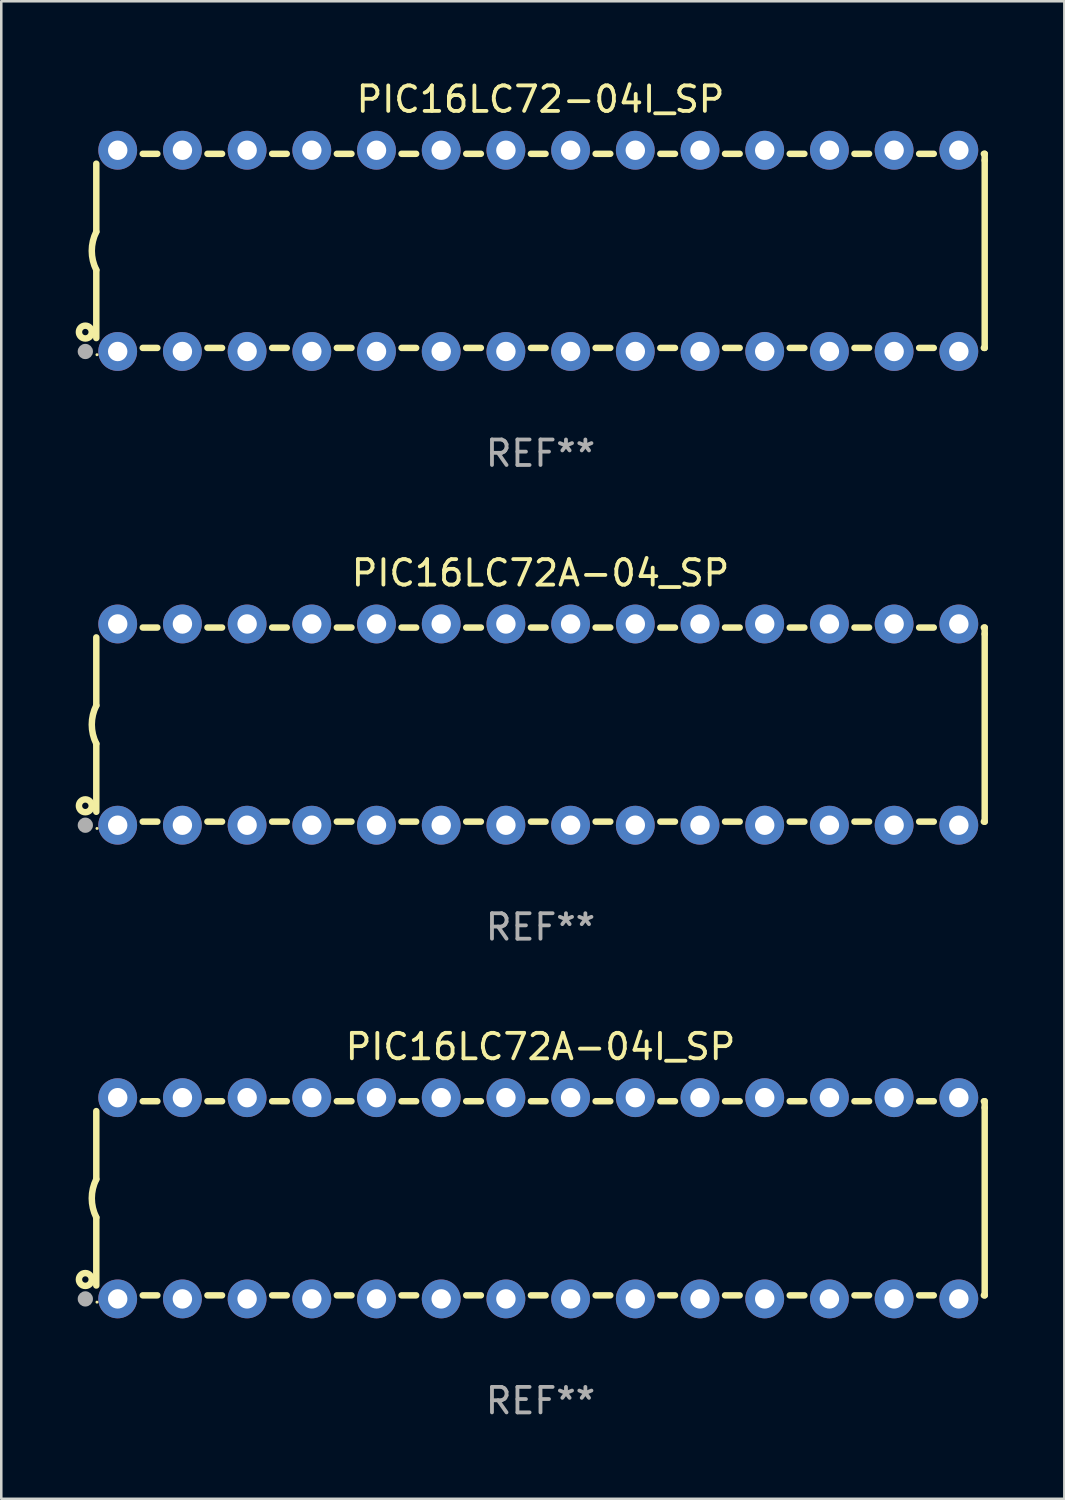
<source format=kicad_pcb>
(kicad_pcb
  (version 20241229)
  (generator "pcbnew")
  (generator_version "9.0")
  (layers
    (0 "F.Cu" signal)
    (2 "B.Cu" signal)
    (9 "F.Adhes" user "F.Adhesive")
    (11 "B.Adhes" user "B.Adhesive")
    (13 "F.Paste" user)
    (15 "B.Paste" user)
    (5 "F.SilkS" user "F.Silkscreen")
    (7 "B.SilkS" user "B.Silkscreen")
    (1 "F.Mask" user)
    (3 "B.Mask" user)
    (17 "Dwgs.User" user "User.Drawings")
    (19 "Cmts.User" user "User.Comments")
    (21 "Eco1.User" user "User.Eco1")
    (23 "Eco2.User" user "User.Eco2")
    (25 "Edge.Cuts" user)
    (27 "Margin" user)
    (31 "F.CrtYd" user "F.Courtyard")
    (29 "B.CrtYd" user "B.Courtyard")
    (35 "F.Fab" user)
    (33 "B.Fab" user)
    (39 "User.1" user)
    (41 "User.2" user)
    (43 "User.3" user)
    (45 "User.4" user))
  (footprint "PIC16LC72A-04_SP"
    (layer "F.Cu")
    (at 18.168 25.395)
    (property "Reference" "PIC16LC72A-04_SP" (at 0 -5.95 0) (layer "F.SilkS") (effects (font (size 1 1) (thickness 0.15))))
    (attr through_hole)
    (fp_line (start -17.438 0.75) (end -17.438 3.423) (stroke (width 0.254) (type solid)) (layer "F.SilkS"))
    (fp_line (start -17.438 -3.423) (end -17.438 -0.75) (stroke (width 0.254) (type solid)) (layer "F.SilkS"))
    (fp_line (start -15.615 3.81) (end -15.041 3.81) (stroke (width 0.254) (type solid)) (layer "F.SilkS"))
    (fp_line (start -15.041 -3.81) (end -15.614 -3.81) (stroke (width 0.254) (type solid)) (layer "F.SilkS"))
    (fp_line (start -13.075 3.81) (end -12.501 3.81) (stroke (width 0.254) (type solid)) (layer "F.SilkS"))
    (fp_line (start -12.501 -3.81) (end -13.074 -3.81) (stroke (width 0.254) (type solid)) (layer "F.SilkS"))
    (fp_line (start -10.535 3.81) (end -9.961 3.81) (stroke (width 0.254) (type solid)) (layer "F.SilkS"))
    (fp_line (start -9.961 -3.81) (end -10.534 -3.81) (stroke (width 0.254) (type solid)) (layer "F.SilkS"))
    (fp_line (start -7.995 3.81) (end -7.421 3.81) (stroke (width 0.254) (type solid)) (layer "F.SilkS"))
    (fp_line (start -7.421 -3.81) (end -7.995 -3.81) (stroke (width 0.254) (type solid)) (layer "F.SilkS"))
    (fp_line (start -5.455 3.81) (end -4.881 3.81) (stroke (width 0.254) (type solid)) (layer "F.SilkS"))
    (fp_line (start -4.881 -3.81) (end -5.455 -3.81) (stroke (width 0.254) (type solid)) (layer "F.SilkS"))
    (fp_line (start -2.915 3.81) (end -2.341 3.81) (stroke (width 0.254) (type solid)) (layer "F.SilkS"))
    (fp_line (start -2.341 -3.81) (end -2.915 -3.81) (stroke (width 0.254) (type solid)) (layer "F.SilkS"))
    (fp_line (start -0.375 3.81) (end 0.199 3.81) (stroke (width 0.254) (type solid)) (layer "F.SilkS"))
    (fp_line (start 0.199 -3.81) (end -0.375 -3.81) (stroke (width 0.254) (type solid)) (layer "F.SilkS"))
    (fp_line (start 2.165 3.81) (end 2.739 3.81) (stroke (width 0.254) (type solid)) (layer "F.SilkS"))
    (fp_line (start 2.739 -3.81) (end 2.165 -3.81) (stroke (width 0.254) (type solid)) (layer "F.SilkS"))
    (fp_line (start 4.705 3.81) (end 5.279 3.81) (stroke (width 0.254) (type solid)) (layer "F.SilkS"))
    (fp_line (start 5.279 -3.81) (end 4.705 -3.81) (stroke (width 0.254) (type solid)) (layer "F.SilkS"))
    (fp_line (start 7.245 3.81) (end 7.819 3.81) (stroke (width 0.254) (type solid)) (layer "F.SilkS"))
    (fp_line (start 7.819 -3.81) (end 7.245 -3.81) (stroke (width 0.254) (type solid)) (layer "F.SilkS"))
    (fp_line (start 9.785 3.81) (end 10.359 3.81) (stroke (width 0.254) (type solid)) (layer "F.SilkS"))
    (fp_line (start 10.359 -3.81) (end 9.785 -3.81) (stroke (width 0.254) (type solid)) (layer "F.SilkS"))
    (fp_line (start 12.325 3.81) (end 12.899 3.81) (stroke (width 0.254) (type solid)) (layer "F.SilkS"))
    (fp_line (start 12.899 -3.81) (end 12.325 -3.81) (stroke (width 0.254) (type solid)) (layer "F.SilkS"))
    (fp_line (start 14.865 3.81) (end 15.439 3.81) (stroke (width 0.254) (type solid)) (layer "F.SilkS"))
    (fp_line (start 15.439 -3.81) (end 14.865 -3.81) (stroke (width 0.254) (type solid)) (layer "F.SilkS"))
    (fp_line (start 17.405 3.81) (end 17.438 3.81) (stroke (width 0.254) (type solid)) (layer "F.SilkS"))
    (fp_line (start 17.438 -3.81) (end 17.405 -3.81) (stroke (width 0.254) (type solid)) (layer "F.SilkS"))
    (fp_line (start 17.438 -3.556) (end 17.438 -3.81) (stroke (width 0.254) (type solid)) (layer "F.SilkS"))
    (fp_line (start 17.438 3.81) (end 17.438 -3.556) (stroke (width 0.254) (type solid)) (layer "F.SilkS"))
    (fp_arc (start -17.437986 0.749657) (mid -17.614887 -0.000024) (end -17.437783 -0.749657) (stroke (width 0.254001) (type solid)) (layer "F.SilkS"))
    (fp_circle (center -17.868 3.188) (end -17.743 3.188) (stroke (width 0.254) (type solid)) (fill no) (layer "F.SilkS"))
    (fp_circle (center -17.411 4.077) (end -17.381 4.077) (stroke (width 0.06) (type solid)) (fill no) (layer "F.SilkS"))
    (fp_circle (center -17.868 3.95) (end -17.718 3.95) (stroke (width 0.3) (type solid)) (fill no) (layer "F.Fab"))
    (fp_text user "REF**" (at 0 7.95 0) (layer "F.Fab") (effects (font (size 1 1) (thickness 0.15))))
    (pad "1" thru_hole circle (at -16.598 3.95) (size 1.524 1.524) (drill 0.762) (layers "*.Cu" "*.Mask"))
    (pad "2" thru_hole circle (at -14.058 3.95) (size 1.524 1.524) (drill 0.762) (layers "*.Cu" "*.Mask"))
    (pad "3" thru_hole circle (at -11.518 3.95) (size 1.524 1.524) (drill 0.762) (layers "*.Cu" "*.Mask"))
    (pad "4" thru_hole circle (at -8.978 3.95) (size 1.524 1.524) (drill 0.762) (layers "*.Cu" "*.Mask"))
    (pad "5" thru_hole circle (at -6.438 3.95) (size 1.524 1.524) (drill 0.762) (layers "*.Cu" "*.Mask"))
    (pad "6" thru_hole circle (at -3.898 3.95) (size 1.524 1.524) (drill 0.762) (layers "*.Cu" "*.Mask"))
    (pad "7" thru_hole circle (at -1.358 3.95) (size 1.524 1.524) (drill 0.762) (layers "*.Cu" "*.Mask"))
    (pad "8" thru_hole circle (at 1.182 3.95) (size 1.524 1.524) (drill 0.762) (layers "*.Cu" "*.Mask"))
    (pad "9" thru_hole circle (at 3.722 3.95) (size 1.524 1.524) (drill 0.762) (layers "*.Cu" "*.Mask"))
    (pad "10" thru_hole circle (at 6.262 3.95) (size 1.524 1.524) (drill 0.762) (layers "*.Cu" "*.Mask"))
    (pad "11" thru_hole circle (at 8.802 3.95) (size 1.524 1.524) (drill 0.762) (layers "*.Cu" "*.Mask"))
    (pad "12" thru_hole circle (at 11.342 3.95) (size 1.524 1.524) (drill 0.762) (layers "*.Cu" "*.Mask"))
    (pad "13" thru_hole circle (at 13.882 3.95) (size 1.524 1.524) (drill 0.762) (layers "*.Cu" "*.Mask"))
    (pad "14" thru_hole circle (at 16.422 3.95) (size 1.524 1.524) (drill 0.762) (layers "*.Cu" "*.Mask"))
    (pad "15" thru_hole circle (at 16.422 -3.95) (size 1.524 1.524) (drill 0.762) (layers "*.Cu" "*.Mask"))
    (pad "16" thru_hole circle (at 13.882 -3.95) (size 1.524 1.524) (drill 0.762) (layers "*.Cu" "*.Mask"))
    (pad "17" thru_hole circle (at 11.342 -3.95) (size 1.524 1.524) (drill 0.762) (layers "*.Cu" "*.Mask"))
    (pad "18" thru_hole circle (at 8.802 -3.95) (size 1.524 1.524) (drill 0.762) (layers "*.Cu" "*.Mask"))
    (pad "19" thru_hole circle (at 6.262 -3.95) (size 1.524 1.524) (drill 0.762) (layers "*.Cu" "*.Mask"))
    (pad "20" thru_hole circle (at 3.722 -3.95) (size 1.524 1.524) (drill 0.762) (layers "*.Cu" "*.Mask"))
    (pad "21" thru_hole circle (at 1.182 -3.95) (size 1.524 1.524) (drill 0.762) (layers "*.Cu" "*.Mask"))
    (pad "22" thru_hole circle (at -1.358 -3.95) (size 1.524 1.524) (drill 0.762) (layers "*.Cu" "*.Mask"))
    (pad "23" thru_hole circle (at -3.898 -3.95) (size 1.524 1.524) (drill 0.762) (layers "*.Cu" "*.Mask"))
    (pad "24" thru_hole circle (at -6.438 -3.95) (size 1.524 1.524) (drill 0.762) (layers "*.Cu" "*.Mask"))
    (pad "25" thru_hole circle (at -8.978 -3.95) (size 1.524 1.524) (drill 0.762) (layers "*.Cu" "*.Mask"))
    (pad "26" thru_hole circle (at -11.517 -3.95) (size 1.524 1.524) (drill 0.762) (layers "*.Cu" "*.Mask"))
    (pad "27" thru_hole circle (at -14.057 -3.95) (size 1.524 1.524) (drill 0.762) (layers "*.Cu" "*.Mask"))
    (pad "28" thru_hole circle (at -16.597 -3.95) (size 1.524 1.524) (drill 0.762) (layers "*.Cu" "*.Mask")))
  (footprint "PIC16LC72A-04I_SP"
    (layer "F.Cu")
    (at 18.168 43.991)
    (property "Reference" "PIC16LC72A-04I_SP" (at 0 -5.95 0) (layer "F.SilkS") (effects (font (size 1 1) (thickness 0.15))))
    (attr through_hole)
    (fp_line (start -17.438 0.75) (end -17.438 3.423) (stroke (width 0.254) (type solid)) (layer "F.SilkS"))
    (fp_line (start -17.438 -3.423) (end -17.438 -0.75) (stroke (width 0.254) (type solid)) (layer "F.SilkS"))
    (fp_line (start -15.615 3.81) (end -15.041 3.81) (stroke (width 0.254) (type solid)) (layer "F.SilkS"))
    (fp_line (start -15.041 -3.81) (end -15.614 -3.81) (stroke (width 0.254) (type solid)) (layer "F.SilkS"))
    (fp_line (start -13.075 3.81) (end -12.501 3.81) (stroke (width 0.254) (type solid)) (layer "F.SilkS"))
    (fp_line (start -12.501 -3.81) (end -13.074 -3.81) (stroke (width 0.254) (type solid)) (layer "F.SilkS"))
    (fp_line (start -10.535 3.81) (end -9.961 3.81) (stroke (width 0.254) (type solid)) (layer "F.SilkS"))
    (fp_line (start -9.961 -3.81) (end -10.534 -3.81) (stroke (width 0.254) (type solid)) (layer "F.SilkS"))
    (fp_line (start -7.995 3.81) (end -7.421 3.81) (stroke (width 0.254) (type solid)) (layer "F.SilkS"))
    (fp_line (start -7.421 -3.81) (end -7.995 -3.81) (stroke (width 0.254) (type solid)) (layer "F.SilkS"))
    (fp_line (start -5.455 3.81) (end -4.881 3.81) (stroke (width 0.254) (type solid)) (layer "F.SilkS"))
    (fp_line (start -4.881 -3.81) (end -5.455 -3.81) (stroke (width 0.254) (type solid)) (layer "F.SilkS"))
    (fp_line (start -2.915 3.81) (end -2.341 3.81) (stroke (width 0.254) (type solid)) (layer "F.SilkS"))
    (fp_line (start -2.341 -3.81) (end -2.915 -3.81) (stroke (width 0.254) (type solid)) (layer "F.SilkS"))
    (fp_line (start -0.375 3.81) (end 0.199 3.81) (stroke (width 0.254) (type solid)) (layer "F.SilkS"))
    (fp_line (start 0.199 -3.81) (end -0.375 -3.81) (stroke (width 0.254) (type solid)) (layer "F.SilkS"))
    (fp_line (start 2.165 3.81) (end 2.739 3.81) (stroke (width 0.254) (type solid)) (layer "F.SilkS"))
    (fp_line (start 2.739 -3.81) (end 2.165 -3.81) (stroke (width 0.254) (type solid)) (layer "F.SilkS"))
    (fp_line (start 4.705 3.81) (end 5.279 3.81) (stroke (width 0.254) (type solid)) (layer "F.SilkS"))
    (fp_line (start 5.279 -3.81) (end 4.705 -3.81) (stroke (width 0.254) (type solid)) (layer "F.SilkS"))
    (fp_line (start 7.245 3.81) (end 7.819 3.81) (stroke (width 0.254) (type solid)) (layer "F.SilkS"))
    (fp_line (start 7.819 -3.81) (end 7.245 -3.81) (stroke (width 0.254) (type solid)) (layer "F.SilkS"))
    (fp_line (start 9.785 3.81) (end 10.359 3.81) (stroke (width 0.254) (type solid)) (layer "F.SilkS"))
    (fp_line (start 10.359 -3.81) (end 9.785 -3.81) (stroke (width 0.254) (type solid)) (layer "F.SilkS"))
    (fp_line (start 12.325 3.81) (end 12.899 3.81) (stroke (width 0.254) (type solid)) (layer "F.SilkS"))
    (fp_line (start 12.899 -3.81) (end 12.325 -3.81) (stroke (width 0.254) (type solid)) (layer "F.SilkS"))
    (fp_line (start 14.865 3.81) (end 15.439 3.81) (stroke (width 0.254) (type solid)) (layer "F.SilkS"))
    (fp_line (start 15.439 -3.81) (end 14.865 -3.81) (stroke (width 0.254) (type solid)) (layer "F.SilkS"))
    (fp_line (start 17.405 3.81) (end 17.438 3.81) (stroke (width 0.254) (type solid)) (layer "F.SilkS"))
    (fp_line (start 17.438 -3.81) (end 17.405 -3.81) (stroke (width 0.254) (type solid)) (layer "F.SilkS"))
    (fp_line (start 17.438 -3.556) (end 17.438 -3.81) (stroke (width 0.254) (type solid)) (layer "F.SilkS"))
    (fp_line (start 17.438 3.81) (end 17.438 -3.556) (stroke (width 0.254) (type solid)) (layer "F.SilkS"))
    (fp_arc (start -17.437986 0.749657) (mid -17.614887 -0.000024) (end -17.437783 -0.749657) (stroke (width 0.254001) (type solid)) (layer "F.SilkS"))
    (fp_circle (center -17.868 3.188) (end -17.743 3.188) (stroke (width 0.254) (type solid)) (fill no) (layer "F.SilkS"))
    (fp_circle (center -17.411 4.077) (end -17.381 4.077) (stroke (width 0.06) (type solid)) (fill no) (layer "F.SilkS"))
    (fp_circle (center -17.868 3.95) (end -17.718 3.95) (stroke (width 0.3) (type solid)) (fill no) (layer "F.Fab"))
    (fp_text user "REF**" (at 0 7.95 0) (layer "F.Fab") (effects (font (size 1 1) (thickness 0.15))))
    (pad "1" thru_hole circle (at -16.598 3.95) (size 1.524 1.524) (drill 0.762) (layers "*.Cu" "*.Mask"))
    (pad "2" thru_hole circle (at -14.058 3.95) (size 1.524 1.524) (drill 0.762) (layers "*.Cu" "*.Mask"))
    (pad "3" thru_hole circle (at -11.518 3.95) (size 1.524 1.524) (drill 0.762) (layers "*.Cu" "*.Mask"))
    (pad "4" thru_hole circle (at -8.978 3.95) (size 1.524 1.524) (drill 0.762) (layers "*.Cu" "*.Mask"))
    (pad "5" thru_hole circle (at -6.438 3.95) (size 1.524 1.524) (drill 0.762) (layers "*.Cu" "*.Mask"))
    (pad "6" thru_hole circle (at -3.898 3.95) (size 1.524 1.524) (drill 0.762) (layers "*.Cu" "*.Mask"))
    (pad "7" thru_hole circle (at -1.358 3.95) (size 1.524 1.524) (drill 0.762) (layers "*.Cu" "*.Mask"))
    (pad "8" thru_hole circle (at 1.182 3.95) (size 1.524 1.524) (drill 0.762) (layers "*.Cu" "*.Mask"))
    (pad "9" thru_hole circle (at 3.722 3.95) (size 1.524 1.524) (drill 0.762) (layers "*.Cu" "*.Mask"))
    (pad "10" thru_hole circle (at 6.262 3.95) (size 1.524 1.524) (drill 0.762) (layers "*.Cu" "*.Mask"))
    (pad "11" thru_hole circle (at 8.802 3.95) (size 1.524 1.524) (drill 0.762) (layers "*.Cu" "*.Mask"))
    (pad "12" thru_hole circle (at 11.342 3.95) (size 1.524 1.524) (drill 0.762) (layers "*.Cu" "*.Mask"))
    (pad "13" thru_hole circle (at 13.882 3.95) (size 1.524 1.524) (drill 0.762) (layers "*.Cu" "*.Mask"))
    (pad "14" thru_hole circle (at 16.422 3.95) (size 1.524 1.524) (drill 0.762) (layers "*.Cu" "*.Mask"))
    (pad "15" thru_hole circle (at 16.422 -3.95) (size 1.524 1.524) (drill 0.762) (layers "*.Cu" "*.Mask"))
    (pad "16" thru_hole circle (at 13.882 -3.95) (size 1.524 1.524) (drill 0.762) (layers "*.Cu" "*.Mask"))
    (pad "17" thru_hole circle (at 11.342 -3.95) (size 1.524 1.524) (drill 0.762) (layers "*.Cu" "*.Mask"))
    (pad "18" thru_hole circle (at 8.802 -3.95) (size 1.524 1.524) (drill 0.762) (layers "*.Cu" "*.Mask"))
    (pad "19" thru_hole circle (at 6.262 -3.95) (size 1.524 1.524) (drill 0.762) (layers "*.Cu" "*.Mask"))
    (pad "20" thru_hole circle (at 3.722 -3.95) (size 1.524 1.524) (drill 0.762) (layers "*.Cu" "*.Mask"))
    (pad "21" thru_hole circle (at 1.182 -3.95) (size 1.524 1.524) (drill 0.762) (layers "*.Cu" "*.Mask"))
    (pad "22" thru_hole circle (at -1.358 -3.95) (size 1.524 1.524) (drill 0.762) (layers "*.Cu" "*.Mask"))
    (pad "23" thru_hole circle (at -3.898 -3.95) (size 1.524 1.524) (drill 0.762) (layers "*.Cu" "*.Mask"))
    (pad "24" thru_hole circle (at -6.438 -3.95) (size 1.524 1.524) (drill 0.762) (layers "*.Cu" "*.Mask"))
    (pad "25" thru_hole circle (at -8.978 -3.95) (size 1.524 1.524) (drill 0.762) (layers "*.Cu" "*.Mask"))
    (pad "26" thru_hole circle (at -11.517 -3.95) (size 1.524 1.524) (drill 0.762) (layers "*.Cu" "*.Mask"))
    (pad "27" thru_hole circle (at -14.057 -3.95) (size 1.524 1.524) (drill 0.762) (layers "*.Cu" "*.Mask"))
    (pad "28" thru_hole circle (at -16.597 -3.95) (size 1.524 1.524) (drill 0.762) (layers "*.Cu" "*.Mask")))
  (footprint "PIC16LC72-04I_SP"
    (layer "F.Cu")
    (at 18.168 6.798)
    (property "Reference" "PIC16LC72-04I_SP" (at 0 -5.95 0) (layer "F.SilkS") (effects (font (size 1 1) (thickness 0.15))))
    (attr through_hole)
    (fp_line (start -17.438 0.75) (end -17.438 3.423) (stroke (width 0.254) (type solid)) (layer "F.SilkS"))
    (fp_line (start -17.438 -3.423) (end -17.438 -0.75) (stroke (width 0.254) (type solid)) (layer "F.SilkS"))
    (fp_line (start -15.615 3.81) (end -15.041 3.81) (stroke (width 0.254) (type solid)) (layer "F.SilkS"))
    (fp_line (start -15.041 -3.81) (end -15.614 -3.81) (stroke (width 0.254) (type solid)) (layer "F.SilkS"))
    (fp_line (start -13.075 3.81) (end -12.501 3.81) (stroke (width 0.254) (type solid)) (layer "F.SilkS"))
    (fp_line (start -12.501 -3.81) (end -13.074 -3.81) (stroke (width 0.254) (type solid)) (layer "F.SilkS"))
    (fp_line (start -10.535 3.81) (end -9.961 3.81) (stroke (width 0.254) (type solid)) (layer "F.SilkS"))
    (fp_line (start -9.961 -3.81) (end -10.534 -3.81) (stroke (width 0.254) (type solid)) (layer "F.SilkS"))
    (fp_line (start -7.995 3.81) (end -7.421 3.81) (stroke (width 0.254) (type solid)) (layer "F.SilkS"))
    (fp_line (start -7.421 -3.81) (end -7.995 -3.81) (stroke (width 0.254) (type solid)) (layer "F.SilkS"))
    (fp_line (start -5.455 3.81) (end -4.881 3.81) (stroke (width 0.254) (type solid)) (layer "F.SilkS"))
    (fp_line (start -4.881 -3.81) (end -5.455 -3.81) (stroke (width 0.254) (type solid)) (layer "F.SilkS"))
    (fp_line (start -2.915 3.81) (end -2.341 3.81) (stroke (width 0.254) (type solid)) (layer "F.SilkS"))
    (fp_line (start -2.341 -3.81) (end -2.915 -3.81) (stroke (width 0.254) (type solid)) (layer "F.SilkS"))
    (fp_line (start -0.375 3.81) (end 0.199 3.81) (stroke (width 0.254) (type solid)) (layer "F.SilkS"))
    (fp_line (start 0.199 -3.81) (end -0.375 -3.81) (stroke (width 0.254) (type solid)) (layer "F.SilkS"))
    (fp_line (start 2.165 3.81) (end 2.739 3.81) (stroke (width 0.254) (type solid)) (layer "F.SilkS"))
    (fp_line (start 2.739 -3.81) (end 2.165 -3.81) (stroke (width 0.254) (type solid)) (layer "F.SilkS"))
    (fp_line (start 4.705 3.81) (end 5.279 3.81) (stroke (width 0.254) (type solid)) (layer "F.SilkS"))
    (fp_line (start 5.279 -3.81) (end 4.705 -3.81) (stroke (width 0.254) (type solid)) (layer "F.SilkS"))
    (fp_line (start 7.245 3.81) (end 7.819 3.81) (stroke (width 0.254) (type solid)) (layer "F.SilkS"))
    (fp_line (start 7.819 -3.81) (end 7.245 -3.81) (stroke (width 0.254) (type solid)) (layer "F.SilkS"))
    (fp_line (start 9.785 3.81) (end 10.359 3.81) (stroke (width 0.254) (type solid)) (layer "F.SilkS"))
    (fp_line (start 10.359 -3.81) (end 9.785 -3.81) (stroke (width 0.254) (type solid)) (layer "F.SilkS"))
    (fp_line (start 12.325 3.81) (end 12.899 3.81) (stroke (width 0.254) (type solid)) (layer "F.SilkS"))
    (fp_line (start 12.899 -3.81) (end 12.325 -3.81) (stroke (width 0.254) (type solid)) (layer "F.SilkS"))
    (fp_line (start 14.865 3.81) (end 15.439 3.81) (stroke (width 0.254) (type solid)) (layer "F.SilkS"))
    (fp_line (start 15.439 -3.81) (end 14.865 -3.81) (stroke (width 0.254) (type solid)) (layer "F.SilkS"))
    (fp_line (start 17.405 3.81) (end 17.438 3.81) (stroke (width 0.254) (type solid)) (layer "F.SilkS"))
    (fp_line (start 17.438 -3.81) (end 17.405 -3.81) (stroke (width 0.254) (type solid)) (layer "F.SilkS"))
    (fp_line (start 17.438 -3.556) (end 17.438 -3.81) (stroke (width 0.254) (type solid)) (layer "F.SilkS"))
    (fp_line (start 17.438 3.81) (end 17.438 -3.556) (stroke (width 0.254) (type solid)) (layer "F.SilkS"))
    (fp_arc (start -17.437986 0.749657) (mid -17.614887 -0.000024) (end -17.437783 -0.749657) (stroke (width 0.254001) (type solid)) (layer "F.SilkS"))
    (fp_circle (center -17.868 3.188) (end -17.743 3.188) (stroke (width 0.254) (type solid)) (fill no) (layer "F.SilkS"))
    (fp_circle (center -17.411 4.077) (end -17.381 4.077) (stroke (width 0.06) (type solid)) (fill no) (layer "F.SilkS"))
    (fp_circle (center -17.868 3.95) (end -17.718 3.95) (stroke (width 0.3) (type solid)) (fill no) (layer "F.Fab"))
    (fp_text user "REF**" (at 0 7.95 0) (layer "F.Fab") (effects (font (size 1 1) (thickness 0.15))))
    (pad "1" thru_hole circle (at -16.598 3.95) (size 1.524 1.524) (drill 0.762) (layers "*.Cu" "*.Mask"))
    (pad "2" thru_hole circle (at -14.058 3.95) (size 1.524 1.524) (drill 0.762) (layers "*.Cu" "*.Mask"))
    (pad "3" thru_hole circle (at -11.518 3.95) (size 1.524 1.524) (drill 0.762) (layers "*.Cu" "*.Mask"))
    (pad "4" thru_hole circle (at -8.978 3.95) (size 1.524 1.524) (drill 0.762) (layers "*.Cu" "*.Mask"))
    (pad "5" thru_hole circle (at -6.438 3.95) (size 1.524 1.524) (drill 0.762) (layers "*.Cu" "*.Mask"))
    (pad "6" thru_hole circle (at -3.898 3.95) (size 1.524 1.524) (drill 0.762) (layers "*.Cu" "*.Mask"))
    (pad "7" thru_hole circle (at -1.358 3.95) (size 1.524 1.524) (drill 0.762) (layers "*.Cu" "*.Mask"))
    (pad "8" thru_hole circle (at 1.182 3.95) (size 1.524 1.524) (drill 0.762) (layers "*.Cu" "*.Mask"))
    (pad "9" thru_hole circle (at 3.722 3.95) (size 1.524 1.524) (drill 0.762) (layers "*.Cu" "*.Mask"))
    (pad "10" thru_hole circle (at 6.262 3.95) (size 1.524 1.524) (drill 0.762) (layers "*.Cu" "*.Mask"))
    (pad "11" thru_hole circle (at 8.802 3.95) (size 1.524 1.524) (drill 0.762) (layers "*.Cu" "*.Mask"))
    (pad "12" thru_hole circle (at 11.342 3.95) (size 1.524 1.524) (drill 0.762) (layers "*.Cu" "*.Mask"))
    (pad "13" thru_hole circle (at 13.882 3.95) (size 1.524 1.524) (drill 0.762) (layers "*.Cu" "*.Mask"))
    (pad "14" thru_hole circle (at 16.422 3.95) (size 1.524 1.524) (drill 0.762) (layers "*.Cu" "*.Mask"))
    (pad "15" thru_hole circle (at 16.422 -3.95) (size 1.524 1.524) (drill 0.762) (layers "*.Cu" "*.Mask"))
    (pad "16" thru_hole circle (at 13.882 -3.95) (size 1.524 1.524) (drill 0.762) (layers "*.Cu" "*.Mask"))
    (pad "17" thru_hole circle (at 11.342 -3.95) (size 1.524 1.524) (drill 0.762) (layers "*.Cu" "*.Mask"))
    (pad "18" thru_hole circle (at 8.802 -3.95) (size 1.524 1.524) (drill 0.762) (layers "*.Cu" "*.Mask"))
    (pad "19" thru_hole circle (at 6.262 -3.95) (size 1.524 1.524) (drill 0.762) (layers "*.Cu" "*.Mask"))
    (pad "20" thru_hole circle (at 3.722 -3.95) (size 1.524 1.524) (drill 0.762) (layers "*.Cu" "*.Mask"))
    (pad "21" thru_hole circle (at 1.182 -3.95) (size 1.524 1.524) (drill 0.762) (layers "*.Cu" "*.Mask"))
    (pad "22" thru_hole circle (at -1.358 -3.95) (size 1.524 1.524) (drill 0.762) (layers "*.Cu" "*.Mask"))
    (pad "23" thru_hole circle (at -3.898 -3.95) (size 1.524 1.524) (drill 0.762) (layers "*.Cu" "*.Mask"))
    (pad "24" thru_hole circle (at -6.438 -3.95) (size 1.524 1.524) (drill 0.762) (layers "*.Cu" "*.Mask"))
    (pad "25" thru_hole circle (at -8.978 -3.95) (size 1.524 1.524) (drill 0.762) (layers "*.Cu" "*.Mask"))
    (pad "26" thru_hole circle (at -11.517 -3.95) (size 1.524 1.524) (drill 0.762) (layers "*.Cu" "*.Mask"))
    (pad "27" thru_hole circle (at -14.057 -3.95) (size 1.524 1.524) (drill 0.762) (layers "*.Cu" "*.Mask"))
    (pad "28" thru_hole circle (at -16.597 -3.95) (size 1.524 1.524) (drill 0.762) (layers "*.Cu" "*.Mask")))
  (gr_rect
    (start -3 -3)
    (end 38.733 55.789)
    (stroke (width 0.1) (type default))
    (fill no)
    (layer "Edge.Cuts")))
</source>
